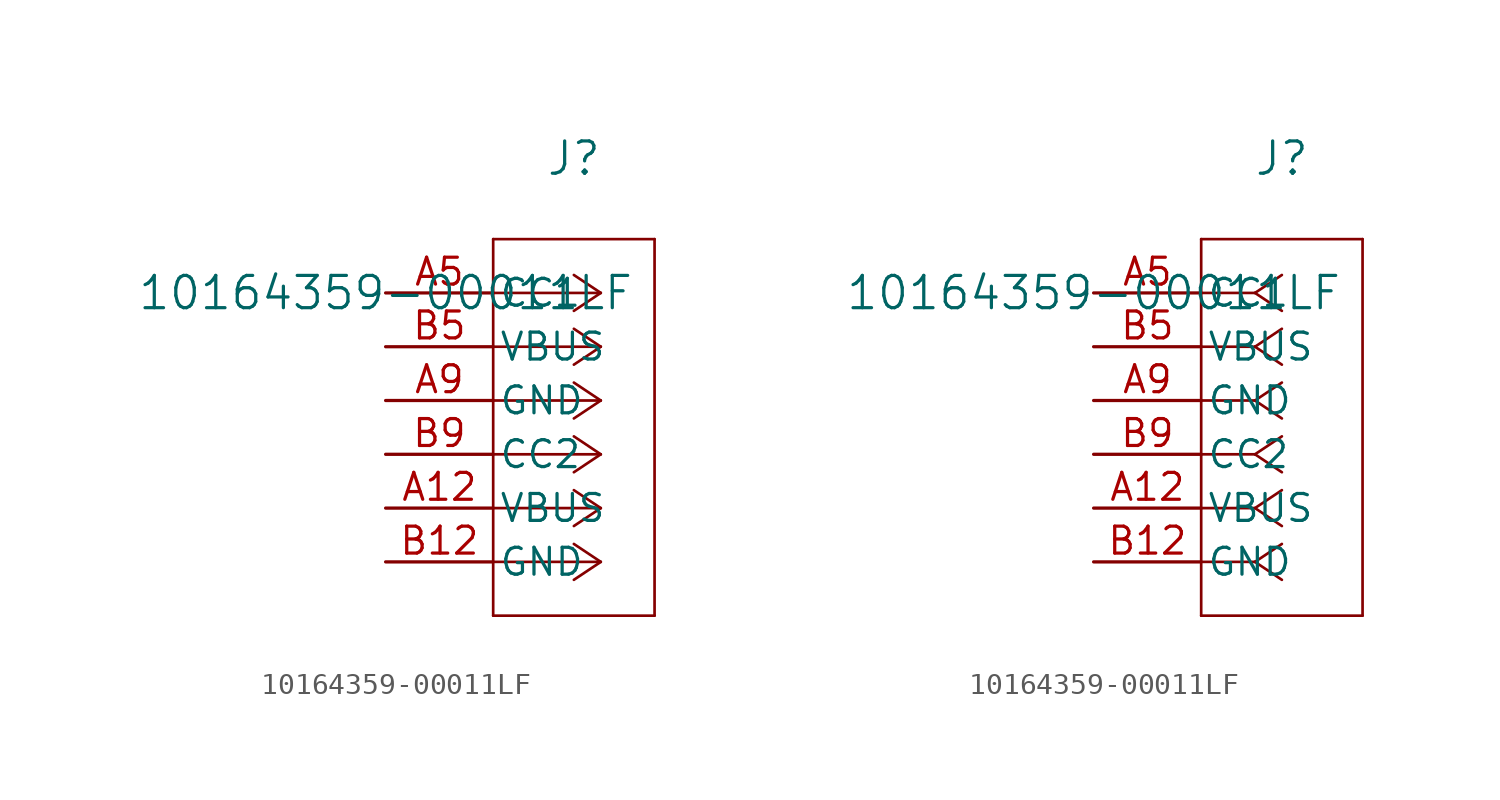
<source format=kicad_sym>
(kicad_symbol_lib
  (version 20211014)
  (generator kicad_symbol_editor)
  (symbol "10164359-00011LF"
    (pin_names
      (offset 0.254))
    (property "Reference" "J"
      (at 8.89 6.35 0)
      (effects (font (size 1.524 1.524))))
    (property "Value" "10164359-00011LF"
      (at 0 0 0)
      (effects (font (size 1.524 1.524))))
    (symbol "10164359-00011LF_1_1"
      (polyline (pts (xy 10.16 0) (xy 5.08 0)) (stroke (width 0.127) (type default) (color 0 0 0 0)) (fill (type none)))
      (polyline (pts (xy 10.16 -2.54) (xy 5.08 -2.54)) (stroke (width 0.127) (type default) (color 0 0 0 0)) (fill (type none)))
      (polyline (pts (xy 10.16 -5.08) (xy 5.08 -5.08)) (stroke (width 0.127) (type default) (color 0 0 0 0)) (fill (type none)))
      (polyline (pts (xy 10.16 -7.62) (xy 5.08 -7.62)) (stroke (width 0.127) (type default) (color 0 0 0 0)) (fill (type none)))
      (polyline (pts (xy 10.16 -10.16) (xy 5.08 -10.16)) (stroke (width 0.127) (type default) (color 0 0 0 0)) (fill (type none)))
      (polyline (pts (xy 10.16 -12.7) (xy 5.08 -12.7)) (stroke (width 0.127) (type default) (color 0 0 0 0)) (fill (type none)))
      (polyline (pts (xy 10.16 0) (xy 8.89 0.847)) (stroke (width 0.127) (type default) (color 0 0 0 0)) (fill (type none)))
      (polyline (pts (xy 10.16 -2.54) (xy 8.89 -1.693)) (stroke (width 0.127) (type default) (color 0 0 0 0)) (fill (type none)))
      (polyline (pts (xy 10.16 -5.08) (xy 8.89 -4.233)) (stroke (width 0.127) (type default) (color 0 0 0 0)) (fill (type none)))
      (polyline (pts (xy 10.16 -7.62) (xy 8.89 -6.773)) (stroke (width 0.127) (type default) (color 0 0 0 0)) (fill (type none)))
      (polyline (pts (xy 10.16 -10.16) (xy 8.89 -9.313)) (stroke (width 0.127) (type default) (color 0 0 0 0)) (fill (type none)))
      (polyline (pts (xy 10.16 -12.7) (xy 8.89 -11.853)) (stroke (width 0.127) (type default) (color 0 0 0 0)) (fill (type none)))
      (polyline (pts (xy 10.16 0) (xy 8.89 -0.847)) (stroke (width 0.127) (type default) (color 0 0 0 0)) (fill (type none)))
      (polyline (pts (xy 10.16 -2.54) (xy 8.89 -3.387)) (stroke (width 0.127) (type default) (color 0 0 0 0)) (fill (type none)))
      (polyline (pts (xy 10.16 -5.08) (xy 8.89 -5.927)) (stroke (width 0.127) (type default) (color 0 0 0 0)) (fill (type none)))
      (polyline (pts (xy 10.16 -7.62) (xy 8.89 -8.467)) (stroke (width 0.127) (type default) (color 0 0 0 0)) (fill (type none)))
      (polyline (pts (xy 10.16 -10.16) (xy 8.89 -11.007)) (stroke (width 0.127) (type default) (color 0 0 0 0)) (fill (type none)))
      (polyline (pts (xy 10.16 -12.7) (xy 8.89 -13.547)) (stroke (width 0.127) (type default) (color 0 0 0 0)) (fill (type none)))
      (polyline (pts (xy 5.08 2.54) (xy 5.08 -15.24)) (stroke (width 0.127) (type default) (color 0 0 0 0)) (fill (type none)))
      (polyline (pts (xy 5.08 -15.24) (xy 12.7 -15.24)) (stroke (width 0.127) (type default) (color 0 0 0 0)) (fill (type none)))
      (polyline (pts (xy 12.7 -15.24) (xy 12.7 2.54)) (stroke (width 0.127) (type default) (color 0 0 0 0)) (fill (type none)))
      (polyline (pts (xy 12.7 2.54) (xy 5.08 2.54)) (stroke (width 0.127) (type default) (color 0 0 0 0)) (fill (type none)))
      (pin unspecified line (at 0 0 0) (length 5.08) (name "CC1" (effects (font (size 1.27 1.27)))) (number "A5" (effects (font (size 1.27 1.27)))))
      (pin unspecified line (at 0 -2.54 0) (length 5.08) (name "VBUS" (effects (font (size 1.27 1.27)))) (number "B5" (effects (font (size 1.27 1.27)))))
      (pin unspecified line (at 0 -5.08 0) (length 5.08) (name "GND" (effects (font (size 1.27 1.27)))) (number "A9" (effects (font (size 1.27 1.27)))))
      (pin unspecified line (at 0 -7.62 0) (length 5.08) (name "CC2" (effects (font (size 1.27 1.27)))) (number "B9" (effects (font (size 1.27 1.27)))))
      (pin unspecified line (at 0 -10.16 0) (length 5.08) (name "VBUS" (effects (font (size 1.27 1.27)))) (number "A12" (effects (font (size 1.27 1.27)))))
      (pin unspecified line (at 0 -12.7 0) (length 5.08) (name "GND" (effects (font (size 1.27 1.27)))) (number "B12" (effects (font (size 1.27 1.27))))))
    (symbol "10164359-00011LF_1_2"
      (polyline (pts (xy 7.62 0) (xy 5.08 0)) (stroke (width 0.127) (type default) (color 0 0 0 0)) (fill (type none)))
      (polyline (pts (xy 7.62 -2.54) (xy 5.08 -2.54)) (stroke (width 0.127) (type default) (color 0 0 0 0)) (fill (type none)))
      (polyline (pts (xy 7.62 -5.08) (xy 5.08 -5.08)) (stroke (width 0.127) (type default) (color 0 0 0 0)) (fill (type none)))
      (polyline (pts (xy 7.62 -7.62) (xy 5.08 -7.62)) (stroke (width 0.127) (type default) (color 0 0 0 0)) (fill (type none)))
      (polyline (pts (xy 7.62 -10.16) (xy 5.08 -10.16)) (stroke (width 0.127) (type default) (color 0 0 0 0)) (fill (type none)))
      (polyline (pts (xy 7.62 -12.7) (xy 5.08 -12.7)) (stroke (width 0.127) (type default) (color 0 0 0 0)) (fill (type none)))
      (polyline (pts (xy 7.62 0) (xy 8.89 0.847)) (stroke (width 0.127) (type default) (color 0 0 0 0)) (fill (type none)))
      (polyline (pts (xy 7.62 -2.54) (xy 8.89 -1.693)) (stroke (width 0.127) (type default) (color 0 0 0 0)) (fill (type none)))
      (polyline (pts (xy 7.62 -5.08) (xy 8.89 -4.233)) (stroke (width 0.127) (type default) (color 0 0 0 0)) (fill (type none)))
      (polyline (pts (xy 7.62 -7.62) (xy 8.89 -6.773)) (stroke (width 0.127) (type default) (color 0 0 0 0)) (fill (type none)))
      (polyline (pts (xy 7.62 -10.16) (xy 8.89 -9.313)) (stroke (width 0.127) (type default) (color 0 0 0 0)) (fill (type none)))
      (polyline (pts (xy 7.62 -12.7) (xy 8.89 -11.853)) (stroke (width 0.127) (type default) (color 0 0 0 0)) (fill (type none)))
      (polyline (pts (xy 7.62 0) (xy 8.89 -0.847)) (stroke (width 0.127) (type default) (color 0 0 0 0)) (fill (type none)))
      (polyline (pts (xy 7.62 -2.54) (xy 8.89 -3.387)) (stroke (width 0.127) (type default) (color 0 0 0 0)) (fill (type none)))
      (polyline (pts (xy 7.62 -5.08) (xy 8.89 -5.927)) (stroke (width 0.127) (type default) (color 0 0 0 0)) (fill (type none)))
      (polyline (pts (xy 7.62 -7.62) (xy 8.89 -8.467)) (stroke (width 0.127) (type default) (color 0 0 0 0)) (fill (type none)))
      (polyline (pts (xy 7.62 -10.16) (xy 8.89 -11.007)) (stroke (width 0.127) (type default) (color 0 0 0 0)) (fill (type none)))
      (polyline (pts (xy 7.62 -12.7) (xy 8.89 -13.547)) (stroke (width 0.127) (type default) (color 0 0 0 0)) (fill (type none)))
      (polyline (pts (xy 5.08 2.54) (xy 5.08 -15.24)) (stroke (width 0.127) (type default) (color 0 0 0 0)) (fill (type none)))
      (polyline (pts (xy 5.08 -15.24) (xy 12.7 -15.24)) (stroke (width 0.127) (type default) (color 0 0 0 0)) (fill (type none)))
      (polyline (pts (xy 12.7 -15.24) (xy 12.7 2.54)) (stroke (width 0.127) (type default) (color 0 0 0 0)) (fill (type none)))
      (polyline (pts (xy 12.7 2.54) (xy 5.08 2.54)) (stroke (width 0.127) (type default) (color 0 0 0 0)) (fill (type none)))
      (pin unspecified line (at 0 0 0) (length 5.08) (name "CC1" (effects (font (size 1.27 1.27)))) (number "A5" (effects (font (size 1.27 1.27)))))
      (pin unspecified line (at 0 -2.54 0) (length 5.08) (name "VBUS" (effects (font (size 1.27 1.27)))) (number "B5" (effects (font (size 1.27 1.27)))))
      (pin unspecified line (at 0 -5.08 0) (length 5.08) (name "GND" (effects (font (size 1.27 1.27)))) (number "A9" (effects (font (size 1.27 1.27)))))
      (pin unspecified line (at 0 -7.62 0) (length 5.08) (name "CC2" (effects (font (size 1.27 1.27)))) (number "B9" (effects (font (size 1.27 1.27)))))
      (pin unspecified line (at 0 -10.16 0) (length 5.08) (name "VBUS" (effects (font (size 1.27 1.27)))) (number "A12" (effects (font (size 1.27 1.27)))))
      (pin unspecified line (at 0 -12.7 0) (length 5.08) (name "GND" (effects (font (size 1.27 1.27)))) (number "B12" (effects (font (size 1.27 1.27))))))))
</source>
